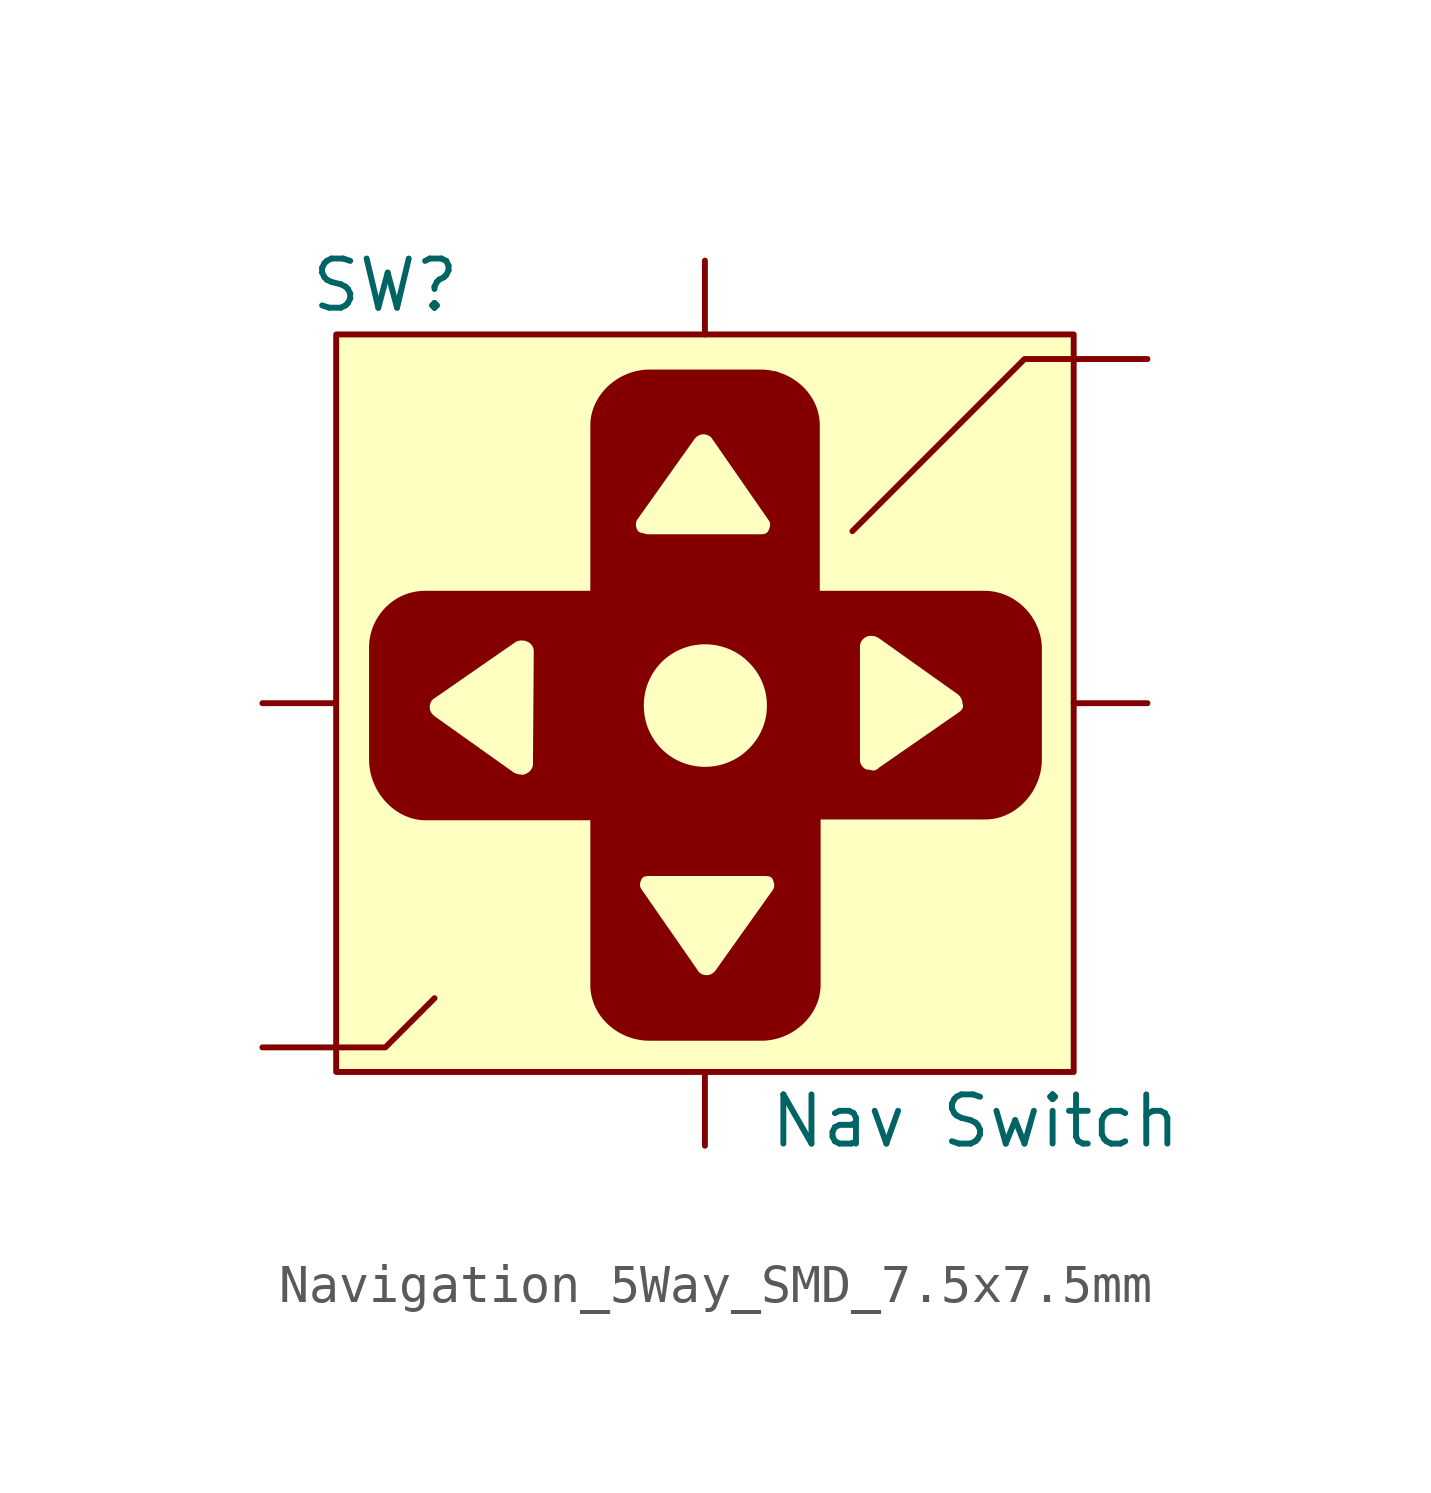
<source format=kicad_sym>
(kicad_symbol_lib
  (version 20241209)
  (generator "kicad_symbol_editor")
  (generator_version "9.0")
  (symbol "Navigation_5Way_SMD_7.5x7.5mm"
    (pin_numbers
      (hide yes))
    (pin_names
      (offset 0)
      (hide yes))
    (property "Reference" "SW"
      (at -8.255 10.795 0)
      (effects (font (size 1.27 1.27))))
    (property "Value" "Nav Switch"
      (at 6.985 -10.795 0)
      (effects (font (size 1.27 1.27))))
    (symbol "Navigation_5Way_SMD_7.5x7.5mm_1_0"
      (polyline (pts (xy 1.518 8.616) (xy 1.592 8.61) (xy 1.666 8.601) (xy 1.739 8.589) (xy 1.811 8.573) (xy 1.798 8.587) (xy 1.952 8.531) (xy 2.02 8.506) (xy 2.087 8.477) (xy 2.152 8.446) (xy 2.216 8.412) (xy 2.278 8.374) (xy 2.338 8.335) (xy 2.397 8.292) (xy 2.453 8.247) (xy 2.506 8.2) (xy 2.558 8.15) (xy 2.607 8.098) (xy 2.653 8.044) (xy 2.696 7.987) (xy 2.737 7.929) (xy 2.775 7.869) (xy 2.81 7.806) (xy 2.842 7.743) (xy 2.87 7.677) (xy 2.895 7.61) (xy 2.916 7.541) (xy 2.934 7.471) (xy 2.948 7.4) (xy 2.958 7.327) (xy 2.965 7.253) (xy 2.967 7.178) (xy 2.967 2.903) (xy 7.221 2.903) (xy 7.221 2.903) (xy 7.296 2.901) (xy 7.37 2.895) (xy 7.443 2.885) (xy 7.515 2.872) (xy 7.585 2.855) (xy 7.655 2.835) (xy 7.723 2.811) (xy 7.789 2.785) (xy 7.854 2.755) (xy 7.917 2.722) (xy 7.978 2.686) (xy 8.038 2.647) (xy 8.095 2.606) (xy 8.151 2.562) (xy 8.204 2.515) (xy 8.256 2.466) (xy 8.305 2.415) (xy 8.351 2.361) (xy 8.395 2.306) (xy 8.437 2.248) (xy 8.476 2.189) (xy 8.512 2.128) (xy 8.545 2.065) (xy 8.575 2.001) (xy 8.603 1.935) (xy 8.627 1.868) (xy 8.648 1.799) (xy 8.666 1.73) (xy 8.681 1.659) (xy 8.692 1.588) (xy 8.699 1.515) (xy 8.703 1.442) (xy 8.703 -1.458) (xy 8.701 -1.533) (xy 8.695 -1.608) (xy 8.686 -1.682) (xy 8.673 -1.755) (xy 8.657 -1.827) (xy 8.637 -1.899) (xy 8.614 -1.969) (xy 8.588 -2.038) (xy 8.558 -2.106) (xy 8.526 -2.172) (xy 8.491 -2.237) (xy 8.453 -2.3) (xy 8.412 -2.361) (xy 8.369 -2.42) (xy 8.323 -2.477) (xy 8.274 -2.532) (xy 8.223 -2.584) (xy 8.17 -2.634) (xy 8.115 -2.682) (xy 8.058 -2.726) (xy 7.999 -2.768) (xy 7.938 -2.807) (xy 7.875 -2.842) (xy 7.81 -2.874) (xy 7.744 -2.904) (xy 7.676 -2.929) (xy 7.607 -2.951) (xy 7.536 -2.97) (xy 7.464 -2.984) (xy 7.391 -2.994) (xy 7.317 -3.001) (xy 7.242 -3.003) (xy 2.988 -3.003) (xy 2.988 -7.279) (xy 2.986 -7.352) (xy 2.979 -7.424) (xy 2.969 -7.495) (xy 2.955 -7.565) (xy 2.938 -7.634) (xy 2.916 -7.702) (xy 2.891 -7.769) (xy 2.863 -7.834) (xy 2.831 -7.897) (xy 2.796 -7.959) (xy 2.759 -8.02) (xy 2.718 -8.078) (xy 2.674 -8.135) (xy 2.628 -8.189) (xy 2.579 -8.242) (xy 2.527 -8.292) (xy 2.474 -8.34) (xy 2.418 -8.385) (xy 2.36 -8.428) (xy 2.3 -8.469) (xy 2.237 -8.507) (xy 2.174 -8.542) (xy 2.108 -8.574) (xy 2.041 -8.603) (xy 1.973 -8.629) (xy 1.903 -8.652) (xy 1.832 -8.672) (xy 1.76 -8.688) (xy 1.687 -8.701) (xy 1.613 -8.71) (xy 1.539 -8.716) (xy 1.464 -8.718) (xy -1.436 -8.718) (xy -1.511 -8.716) (xy -1.586 -8.711) (xy -1.659 -8.701) (xy -1.732 -8.689) (xy -1.804 -8.673) (xy -1.875 -8.654) (xy -1.945 -8.632) (xy -2.014 -8.606) (xy -2.08 -8.578) (xy -2.146 -8.546) (xy -2.21 -8.512) (xy -2.272 -8.475) (xy -2.332 -8.435) (xy -2.39 -8.392) (xy -2.446 -8.347) (xy -2.5 -8.3) (xy -2.551 -8.25) (xy -2.6 -8.198) (xy -2.646 -8.144) (xy -2.69 -8.087) (xy -2.731 -8.029) (xy -2.768 -7.969) (xy -2.803 -7.907) (xy -2.835 -7.843) (xy -2.863 -7.777) (xy -2.888 -7.71) (xy -2.91 -7.641) (xy -2.928 -7.571) (xy -2.942 -7.5) (xy -2.952 -7.427) (xy -2.958 -7.353) (xy -2.96 -7.279) (xy -2.96 -4.689) (xy -1.677 -4.689) (xy -1.677 -4.697) (xy -1.677 -4.704) (xy -1.676 -4.712) (xy -1.675 -4.719) (xy -1.674 -4.726) (xy -1.672 -4.734) (xy -1.671 -4.741) (xy -1.668 -4.748) (xy -1.666 -4.755) (xy -1.663 -4.763) (xy -1.656 -4.777) (xy -1.647 -4.792) (xy -1.638 -4.808) (xy -1.627 -4.823) (xy -0.187 -6.897) (xy -0.183 -6.905) (xy -0.179 -6.913) (xy -0.174 -6.92) (xy -0.169 -6.927) (xy -0.163 -6.934) (xy -0.157 -6.941) (xy -0.145 -6.953) (xy -0.132 -6.965) (xy -0.117 -6.975) (xy -0.102 -6.984) (xy -0.087 -6.993) (xy -0.071 -7) (xy -0.054 -7.007) (xy -0.037 -7.012) (xy -0.021 -7.017) (xy -0.004 -7.02) (xy 0.013 -7.022) (xy 0.029 -7.024) (xy 0.045 -7.024) (xy 0.061 -7.024) (xy 0.077 -7.022) (xy 0.093 -7.02) (xy 0.109 -7.017) (xy 0.124 -7.012) (xy 0.14 -7.007) (xy 0.155 -7) (xy 0.17 -6.993) (xy 0.185 -6.984) (xy 0.199 -6.975) (xy 0.213 -6.965) (xy 0.227 -6.953) (xy 0.24 -6.941) (xy 0.254 -6.927) (xy 0.266 -6.913) (xy 0.278 -6.897) (xy 1.739 -4.844) (xy 1.739 -4.844) (xy 1.75 -4.829) (xy 1.76 -4.814) (xy 1.768 -4.798) (xy 1.775 -4.784) (xy 1.78 -4.769) (xy 1.785 -4.754) (xy 1.788 -4.738) (xy 1.789 -4.723) (xy 1.79 -4.707) (xy 1.789 -4.69) (xy 1.787 -4.672) (xy 1.784 -4.654) (xy 1.779 -4.635) (xy 1.774 -4.614) (xy 1.767 -4.592) (xy 1.76 -4.569) (xy 1.756 -4.56) (xy 1.752 -4.551) (xy 1.747 -4.542) (xy 1.742 -4.534) (xy 1.737 -4.527) (xy 1.732 -4.52) (xy 1.726 -4.514) (xy 1.72 -4.508) (xy 1.714 -4.503) (xy 1.708 -4.498) (xy 1.701 -4.493) (xy 1.694 -4.489) (xy 1.687 -4.486) (xy 1.68 -4.482) (xy 1.665 -4.477) (xy 1.648 -4.472) (xy 1.631 -4.469) (xy 1.613 -4.467) (xy 1.593 -4.465) (xy 1.573 -4.464) (xy 1.552 -4.464) (xy 1.506 -4.463) (xy -1.394 -4.463) (xy -1.44 -4.464) (xy -1.461 -4.464) (xy -1.481 -4.465) (xy -1.5 -4.467) (xy -1.519 -4.469) (xy -1.528 -4.471) (xy -1.536 -4.472) (xy -1.544 -4.474) (xy -1.553 -4.477) (xy -1.56 -4.479) (xy -1.568 -4.482) (xy -1.575 -4.486) (xy -1.582 -4.489) (xy -1.589 -4.493) (xy -1.596 -4.498) (xy -1.602 -4.503) (xy -1.608 -4.508) (xy -1.614 -4.514) (xy -1.619 -4.52) (xy -1.625 -4.527) (xy -1.63 -4.534) (xy -1.635 -4.542) (xy -1.639 -4.551) (xy -1.644 -4.56) (xy -1.648 -4.569) (xy -1.655 -4.589) (xy -1.662 -4.607) (xy -1.667 -4.625) (xy -1.671 -4.642) (xy -1.675 -4.658) (xy -1.677 -4.674) (xy -1.677 -4.689) (xy -2.96 -4.689) (xy -2.96 -3.024) (xy -7.236 -3.024) (xy -7.311 -3.02) (xy -7.384 -3.012) (xy -7.457 -3) (xy -7.529 -2.984) (xy -7.598 -2.964) (xy -7.667 -2.941) (xy -7.734 -2.914) (xy -7.8 -2.884) (xy -7.864 -2.85) (xy -7.926 -2.813) (xy -7.986 -2.774) (xy -8.045 -2.731) (xy -8.101 -2.686) (xy -8.155 -2.638) (xy -8.207 -2.587) (xy -8.257 -2.535) (xy -8.304 -2.479) (xy -8.349 -2.422) (xy -8.392 -2.363) (xy -8.432 -2.301) (xy -8.469 -2.238) (xy -8.503 -2.173) (xy -8.535 -2.107) (xy -8.563 -2.039) (xy -8.589 -1.97) (xy -8.611 -1.899) (xy -8.63 -1.828) (xy -8.646 -1.755) (xy -8.659 -1.682) (xy -8.668 -1.608) (xy -8.673 -1.533) (xy -8.675 -1.458) (xy -8.675 -0.103) (xy -7.109 -0.103) (xy -7.108 -0.119) (xy -7.107 -0.135) (xy -7.104 -0.15) (xy -7.101 -0.166) (xy -7.096 -0.182) (xy -7.091 -0.197) (xy -7.084 -0.212) (xy -7.077 -0.227) (xy -7.069 -0.242) (xy -7.059 -0.257) (xy -7.049 -0.271) (xy -7.037 -0.285) (xy -7.025 -0.298) (xy -7.011 -0.311) (xy -6.997 -0.324) (xy -6.982 -0.336) (xy -4.929 -1.796) (xy -4.912 -1.804) (xy -4.893 -1.812) (xy -4.883 -1.815) (xy -4.873 -1.819) (xy -4.863 -1.822) (xy -4.852 -1.825) (xy -4.841 -1.828) (xy -4.83 -1.831) (xy -4.818 -1.833) (xy -4.806 -1.835) (xy -4.795 -1.837) (xy -4.783 -1.838) (xy -4.771 -1.838) (xy -4.759 -1.839) (xy -4.755 -1.841) (xy -4.751 -1.842) (xy -4.747 -1.843) (xy -4.742 -1.845) (xy -4.738 -1.846) (xy -4.734 -1.846) (xy -4.724 -1.847) (xy -4.715 -1.847) (xy -4.705 -1.847) (xy -4.695 -1.846) (xy -4.685 -1.844) (xy -4.675 -1.842) (xy -4.665 -1.839) (xy -4.656 -1.836) (xy -4.646 -1.833) (xy -4.637 -1.829) (xy -4.628 -1.825) (xy -4.619 -1.821) (xy -4.611 -1.817) (xy -4.595 -1.809) (xy -4.58 -1.8) (xy -4.564 -1.789) (xy -4.549 -1.778) (xy -4.534 -1.765) (xy -4.52 -1.752) (xy -4.507 -1.738) (xy -4.495 -1.722) (xy -4.483 -1.706) (xy -4.473 -1.688) (xy -4.464 -1.67) (xy -4.456 -1.651) (xy -4.453 -1.641) (xy -4.45 -1.631) (xy -4.448 -1.62) (xy -4.446 -1.609) (xy -4.444 -1.598) (xy -4.443 -1.587) (xy -4.442 -1.575) (xy -4.442 -1.563) (xy -4.431 -0.061) (xy -1.579 -0.061) (xy -1.577 -0.137) (xy -1.572 -0.213) (xy -1.563 -0.289) (xy -1.55 -0.365) (xy -1.534 -0.44) (xy -1.514 -0.514) (xy -1.491 -0.587) (xy -1.464 -0.659) (xy -1.433 -0.73) (xy -1.399 -0.8) (xy -1.361 -0.868) (xy -1.32 -0.935) (xy -1.275 -1) (xy -1.226 -1.063) (xy -1.174 -1.124) (xy -1.119 -1.183) (xy -1.06 -1.238) (xy -0.999 -1.29) (xy -0.936 -1.339) (xy -0.871 -1.384) (xy -0.804 -1.425) (xy -0.736 -1.463) (xy -0.666 -1.497) (xy -0.595 -1.528) (xy -0.523 -1.555) (xy -0.45 -1.578) (xy -0.376 -1.598) (xy -0.301 -1.614) (xy -0.225 -1.627) (xy -0.149 -1.636) (xy -0.073 -1.641) (xy 0.003 -1.643) (xy 0.08 -1.641) (xy 0.156 -1.636) (xy 0.232 -1.627) (xy 0.307 -1.614) (xy 0.382 -1.598) (xy 0.456 -1.578) (xy 0.53 -1.555) (xy 0.602 -1.528) (xy 0.673 -1.497) (xy 0.743 -1.463) (xy 0.752 -1.458) (xy 4.004 -1.458) (xy 4.004 -1.468) (xy 4.004 -1.478) (xy 4.005 -1.488) (xy 4.007 -1.497) (xy 4.008 -1.507) (xy 4.01 -1.517) (xy 4.013 -1.527) (xy 4.015 -1.536) (xy 4.018 -1.546) (xy 4.022 -1.555) (xy 4.025 -1.564) (xy 4.029 -1.573) (xy 4.034 -1.583) (xy 4.038 -1.591) (xy 4.043 -1.6) (xy 4.049 -1.609) (xy 4.054 -1.617) (xy 4.06 -1.625) (xy 4.066 -1.633) (xy 4.073 -1.641) (xy 4.08 -1.648) (xy 4.087 -1.655) (xy 4.094 -1.662) (xy 4.102 -1.669) (xy 4.11 -1.675) (xy 4.118 -1.682) (xy 4.127 -1.688) (xy 4.135 -1.693) (xy 4.144 -1.698) (xy 4.154 -1.703) (xy 4.163 -1.708) (xy 4.173 -1.712) (xy 4.181 -1.712) (xy 4.191 -1.713) (xy 4.201 -1.714) (xy 4.211 -1.715) (xy 4.233 -1.718) (xy 4.255 -1.722) (xy 4.295 -1.73) (xy 4.311 -1.732) (xy 4.316 -1.733) (xy 4.321 -1.733) (xy 4.327 -1.735) (xy 4.333 -1.736) (xy 4.339 -1.737) (xy 4.345 -1.738) (xy 4.351 -1.738) (xy 4.357 -1.738) (xy 4.363 -1.738) (xy 4.369 -1.738) (xy 4.374 -1.737) (xy 4.38 -1.736) (xy 4.386 -1.735) (xy 4.391 -1.733) (xy 4.397 -1.732) (xy 4.403 -1.73) (xy 4.414 -1.725) (xy 4.425 -1.72) (xy 4.435 -1.714) (xy 4.445 -1.707) (xy 4.455 -1.7) (xy 4.465 -1.693) (xy 4.474 -1.685) (xy 4.482 -1.677) (xy 4.49 -1.669) (xy 6.565 -0.23) (xy 6.565 -0.23) (xy 6.58 -0.218) (xy 6.595 -0.206) (xy 6.608 -0.194) (xy 6.62 -0.182) (xy 6.631 -0.169) (xy 6.64 -0.156) (xy 6.644 -0.15) (xy 6.648 -0.143) (xy 6.652 -0.136) (xy 6.655 -0.129) (xy 6.658 -0.122) (xy 6.66 -0.115) (xy 6.662 -0.108) (xy 6.664 -0.101) (xy 6.665 -0.093) (xy 6.666 -0.085) (xy 6.666 -0.077) (xy 6.666 -0.069) (xy 6.666 -0.061) (xy 6.665 -0.052) (xy 6.663 -0.044) (xy 6.662 -0.035) (xy 6.659 -0.026) (xy 6.657 -0.017) (xy 6.653 -0.007) (xy 6.65 0.003) (xy 6.649 0.019) (xy 6.648 0.035) (xy 6.645 0.05) (xy 6.642 0.066) (xy 6.637 0.082) (xy 6.632 0.097) (xy 6.625 0.112) (xy 6.618 0.127) (xy 6.609 0.142) (xy 6.6 0.156) (xy 6.59 0.171) (xy 6.578 0.184) (xy 6.566 0.198) (xy 6.552 0.211) (xy 6.538 0.224) (xy 6.523 0.236) (xy 4.47 1.696) (xy 4.453 1.704) (xy 4.437 1.711) (xy 4.42 1.718) (xy 4.402 1.723) (xy 4.385 1.728) (xy 4.366 1.733) (xy 4.348 1.736) (xy 4.329 1.738) (xy 4.31 1.74) (xy 4.291 1.74) (xy 4.272 1.74) (xy 4.252 1.738) (xy 4.232 1.735) (xy 4.213 1.73) (xy 4.193 1.725) (xy 4.173 1.717) (xy 4.157 1.709) (xy 4.141 1.7) (xy 4.126 1.689) (xy 4.111 1.678) (xy 4.096 1.665) (xy 4.082 1.652) (xy 4.069 1.637) (xy 4.057 1.622) (xy 4.045 1.606) (xy 4.035 1.588) (xy 4.026 1.57) (xy 4.018 1.551) (xy 4.015 1.541) (xy 4.012 1.53) (xy 4.01 1.52) (xy 4.008 1.509) (xy 4.006 1.498) (xy 4.005 1.487) (xy 4.004 1.475) (xy 4.004 1.463) (xy 4.004 -1.458) (xy 0.752 -1.458) (xy 0.811 -1.425) (xy 0.878 -1.384) (xy 0.943 -1.339) (xy 1.006 -1.29) (xy 1.066 -1.238) (xy 1.125 -1.183) (xy 1.183 -1.124) (xy 1.237 -1.063) (xy 1.287 -1) (xy 1.333 -0.935) (xy 1.376 -0.868) (xy 1.415 -0.8) (xy 1.451 -0.73) (xy 1.482 -0.659) (xy 1.51 -0.587) (xy 1.534 -0.514) (xy 1.555 -0.44) (xy 1.572 -0.365) (xy 1.585 -0.289) (xy 1.594 -0.213) (xy 1.599 -0.137) (xy 1.601 -0.061) (xy 1.599 0.016) (xy 1.594 0.092) (xy 1.585 0.168) (xy 1.572 0.243) (xy 1.555 0.318) (xy 1.534 0.393) (xy 1.51 0.466) (xy 1.482 0.538) (xy 1.451 0.609) (xy 1.415 0.679) (xy 1.376 0.747) (xy 1.333 0.814) (xy 1.287 0.879) (xy 1.237 0.942) (xy 1.183 1.002) (xy 1.125 1.061) (xy 1.066 1.117) (xy 1.006 1.169) (xy 0.943 1.218) (xy 0.878 1.263) (xy 0.811 1.304) (xy 0.743 1.342) (xy 0.673 1.376) (xy 0.602 1.407) (xy 0.53 1.433) (xy 0.456 1.457) (xy 0.382 1.477) (xy 0.307 1.493) (xy 0.232 1.505) (xy 0.156 1.514) (xy 0.08 1.52) (xy 0.003 1.522) (xy -0.073 1.52) (xy -0.149 1.514) (xy -0.225 1.505) (xy -0.301 1.493) (xy -0.376 1.477) (xy -0.45 1.457) (xy -0.523 1.433) (xy -0.595 1.407) (xy -0.666 1.376) (xy -0.736 1.342) (xy -0.804 1.304) (xy -0.871 1.263) (xy -0.936 1.218) (xy -0.999 1.169) (xy -1.06 1.117) (xy -1.119 1.061) (xy -1.174 1.002) (xy -1.226 0.942) (xy -1.275 0.879) (xy -1.32 0.814) (xy -1.361 0.747) (xy -1.399 0.679) (xy -1.433 0.609) (xy -1.464 0.538) (xy -1.491 0.466) (xy -1.514 0.392) (xy -1.534 0.318) (xy -1.55 0.243) (xy -1.563 0.168) (xy -1.572 0.092) (xy -1.577 0.016) (xy -1.579 -0.061) (xy -4.431 -0.061) (xy -4.421 1.336) (xy -4.421 1.346) (xy -4.421 1.356) (xy -4.422 1.366) (xy -4.423 1.376) (xy -4.425 1.386) (xy -4.427 1.395) (xy -4.429 1.405) (xy -4.432 1.415) (xy -4.435 1.424) (xy -4.439 1.434) (xy -4.442 1.443) (xy -4.446 1.452) (xy -4.451 1.461) (xy -4.455 1.47) (xy -4.46 1.479) (xy -4.466 1.487) (xy -4.471 1.496) (xy -4.477 1.504) (xy -4.483 1.512) (xy -4.49 1.519) (xy -4.497 1.527) (xy -4.504 1.534) (xy -4.511 1.541) (xy -4.519 1.548) (xy -4.527 1.554) (xy -4.535 1.56) (xy -4.543 1.566) (xy -4.552 1.572) (xy -4.561 1.577) (xy -4.571 1.582) (xy -4.58 1.586) (xy -4.59 1.59) (xy -4.606 1.598) (xy -4.624 1.604) (xy -4.643 1.609) (xy -4.663 1.614) (xy -4.684 1.617) (xy -4.705 1.619) (xy -4.727 1.62) (xy -4.749 1.619) (xy -4.771 1.618) (xy -4.792 1.615) (xy -4.813 1.611) (xy -4.834 1.605) (xy -4.854 1.598) (xy -4.873 1.59) (xy -4.891 1.58) (xy -4.899 1.575) (xy -4.907 1.569) (xy -6.982 0.13) (xy -6.99 0.126) (xy -6.997 0.121) (xy -7.005 0.116) (xy -7.011 0.111) (xy -7.018 0.106) (xy -7.025 0.1) (xy -7.037 0.087) (xy -7.049 0.074) (xy -7.059 0.06) (xy -7.069 0.045) (xy -7.077 0.029) (xy -7.084 0.013) (xy -7.091 -0.003) (xy -7.096 -0.02) (xy -7.101 -0.037) (xy -7.104 -0.054) (xy -7.107 -0.07) (xy -7.108 -0.087) (xy -7.109 -0.103) (xy -8.675 -0.103) (xy -8.675 1.442) (xy -8.673 1.515) (xy -8.668 1.588) (xy -8.659 1.659) (xy -8.646 1.73) (xy -8.63 1.799) (xy -8.611 1.868) (xy -8.589 1.935) (xy -8.563 2.001) (xy -8.535 2.065) (xy -8.503 2.128) (xy -8.469 2.189) (xy -8.432 2.248) (xy -8.392 2.306) (xy -8.349 2.361) (xy -8.304 2.415) (xy -8.257 2.466) (xy -8.207 2.515) (xy -8.155 2.562) (xy -8.101 2.606) (xy -8.045 2.647) (xy -7.986 2.686) (xy -7.926 2.722) (xy -7.864 2.755) (xy -7.8 2.785) (xy -7.734 2.811) (xy -7.667 2.835) (xy -7.598 2.855) (xy -7.529 2.872) (xy -7.457 2.885) (xy -7.384 2.895) (xy -7.311 2.901) (xy -7.236 2.903) (xy -2.96 2.903) (xy -2.96 4.619) (xy -1.783 4.619) (xy -1.782 4.601) (xy -1.78 4.584) (xy -1.777 4.566) (xy -1.773 4.548) (xy -1.767 4.529) (xy -1.761 4.51) (xy -1.754 4.49) (xy -1.749 4.481) (xy -1.745 4.472) (xy -1.74 4.464) (xy -1.735 4.456) (xy -1.729 4.449) (xy -1.724 4.443) (xy -1.717 4.437) (xy -1.711 4.432) (xy -1.704 4.427) (xy -1.697 4.422) (xy -1.69 4.418) (xy -1.683 4.415) (xy -1.667 4.408) (xy -1.65 4.403) (xy -1.633 4.398) (xy -1.615 4.394) (xy -1.578 4.386) (xy -1.559 4.382) (xy -1.539 4.377) (xy -1.519 4.37) (xy -1.5 4.363) (xy 1.4 4.363) (xy 1.44 4.364) (xy 1.459 4.364) (xy 1.479 4.365) (xy 1.498 4.367) (xy 1.516 4.37) (xy 1.525 4.372) (xy 1.534 4.374) (xy 1.543 4.376) (xy 1.551 4.379) (xy 1.559 4.382) (xy 1.568 4.386) (xy 1.575 4.39) (xy 1.583 4.394) (xy 1.591 4.399) (xy 1.598 4.404) (xy 1.605 4.41) (xy 1.612 4.417) (xy 1.618 4.424) (xy 1.624 4.431) (xy 1.63 4.439) (xy 1.635 4.448) (xy 1.641 4.458) (xy 1.646 4.468) (xy 1.65 4.479) (xy 1.654 4.49) (xy 1.662 4.51) (xy 1.668 4.528) (xy 1.673 4.546) (xy 1.678 4.563) (xy 1.681 4.579) (xy 1.683 4.595) (xy 1.684 4.61) (xy 1.684 4.618) (xy 1.683 4.625) (xy 1.683 4.633) (xy 1.682 4.64) (xy 1.681 4.647) (xy 1.679 4.654) (xy 1.677 4.662) (xy 1.675 4.669) (xy 1.672 4.676) (xy 1.669 4.684) (xy 1.662 4.698) (xy 1.654 4.713) (xy 1.644 4.729) (xy 1.633 4.744) (xy 0.194 6.819) (xy 0.19 6.826) (xy 0.185 6.834) (xy 0.18 6.841) (xy 0.175 6.848) (xy 0.17 6.855) (xy 0.164 6.862) (xy 0.151 6.874) (xy 0.138 6.886) (xy 0.124 6.896) (xy 0.109 6.905) (xy 0.093 6.914) (xy 0.077 6.921) (xy 0.061 6.928) (xy 0.044 6.933) (xy 0.027 6.938) (xy 0.01 6.941) (xy -0.006 6.944) (xy -0.023 6.945) (xy -0.039 6.946) (xy -0.055 6.945) (xy -0.071 6.944) (xy -0.087 6.941) (xy -0.102 6.938) (xy -0.118 6.933) (xy -0.133 6.928) (xy -0.148 6.921) (xy -0.163 6.914) (xy -0.178 6.905) (xy -0.193 6.896) (xy -0.207 6.886) (xy -0.221 6.874) (xy -0.234 6.862) (xy -0.247 6.848) (xy -0.26 6.834) (xy -0.272 6.819) (xy -1.732 4.765) (xy -1.744 4.75) (xy -1.753 4.734) (xy -1.762 4.718) (xy -1.768 4.702) (xy -1.774 4.685) (xy -1.778 4.669) (xy -1.781 4.652) (xy -1.783 4.636) (xy -1.783 4.619) (xy -2.96 4.619) (xy -2.96 7.178) (xy -2.958 7.251) (xy -2.952 7.324) (xy -2.942 7.395) (xy -2.928 7.465) (xy -2.91 7.534) (xy -2.888 7.602) (xy -2.863 7.668) (xy -2.835 7.734) (xy -2.803 7.797) (xy -2.769 7.859) (xy -2.731 7.92) (xy -2.69 7.978) (xy -2.646 8.034) (xy -2.6 8.089) (xy -2.551 8.142) (xy -2.5 8.192) (xy -2.446 8.24) (xy -2.39 8.285) (xy -2.332 8.328) (xy -2.272 8.369) (xy -2.21 8.407) (xy -2.146 8.442) (xy -2.08 8.474) (xy -2.014 8.503) (xy -1.945 8.529) (xy -1.875 8.552) (xy -1.804 8.572) (xy -1.732 8.588) (xy -1.659 8.601) (xy -1.586 8.61) (xy -1.511 8.616) (xy -1.436 8.618) (xy 1.443 8.618) (xy 1.518 8.616)) (stroke (width -0.0001) (type solid)) (fill (type outline))))
    (symbol "Navigation_5Way_SMD_7.5x7.5mm_1_1"
      (rectangle (start -9.525 9.525) (end 9.525 -9.525) (stroke (width 0) (type default)) (fill (type background)))
      (polyline (pts (xy -6.985 -7.62) (xy -8.255 -8.89) (xy -9.525 -8.89)) (stroke (width 0) (type default)) (fill (type none)))
      (polyline (pts (xy 3.81 4.445) (xy 8.255 8.89) (xy 9.525 8.89)) (stroke (width 0) (type default)) (fill (type none)))
      (pin passive line (at -11.43 0 0) (length 1.905) (name "Left" (effects (font (size 1.27 1.27)))) (number "1" (effects (font (size 1.27 1.27)))))
      (pin no_connect line (at -11.43 -5.08 0) (length 1.905) (hide yes) (name "MP1" (effects (font (size 1.27 1.27)))) (number "MP1" (effects (font (size 1.27 1.27)))))
      (pin no_connect line (at -11.43 -6.35 0) (length 1.905) (hide yes) (name "MP2" (effects (font (size 1.27 1.27)))) (number "MP2" (effects (font (size 1.27 1.27)))))
      (pin passive line (at -11.43 -8.89 0) (length 1.905) (name "GND" (effects (font (size 1.27 1.27)))) (number "2" (effects (font (size 1.27 1.27)))))
      (pin passive line (at 0 11.43 270) (length 1.905) (name "Up" (effects (font (size 1.27 1.27)))) (number "6" (effects (font (size 1.27 1.27)))))
      (pin passive line (at 0 -11.43 90) (length 1.905) (name "Down" (effects (font (size 1.27 1.27)))) (number "3" (effects (font (size 1.27 1.27)))))
      (pin passive line (at 11.43 8.89 180) (length 1.905) (name "Center" (effects (font (size 1.27 1.27)))) (number "5" (effects (font (size 1.27 1.27)))))
      (pin passive line (at 11.43 0 180) (length 1.905) (name "Right" (effects (font (size 1.27 1.27)))) (number "4" (effects (font (size 1.27 1.27))))))))
</source>
